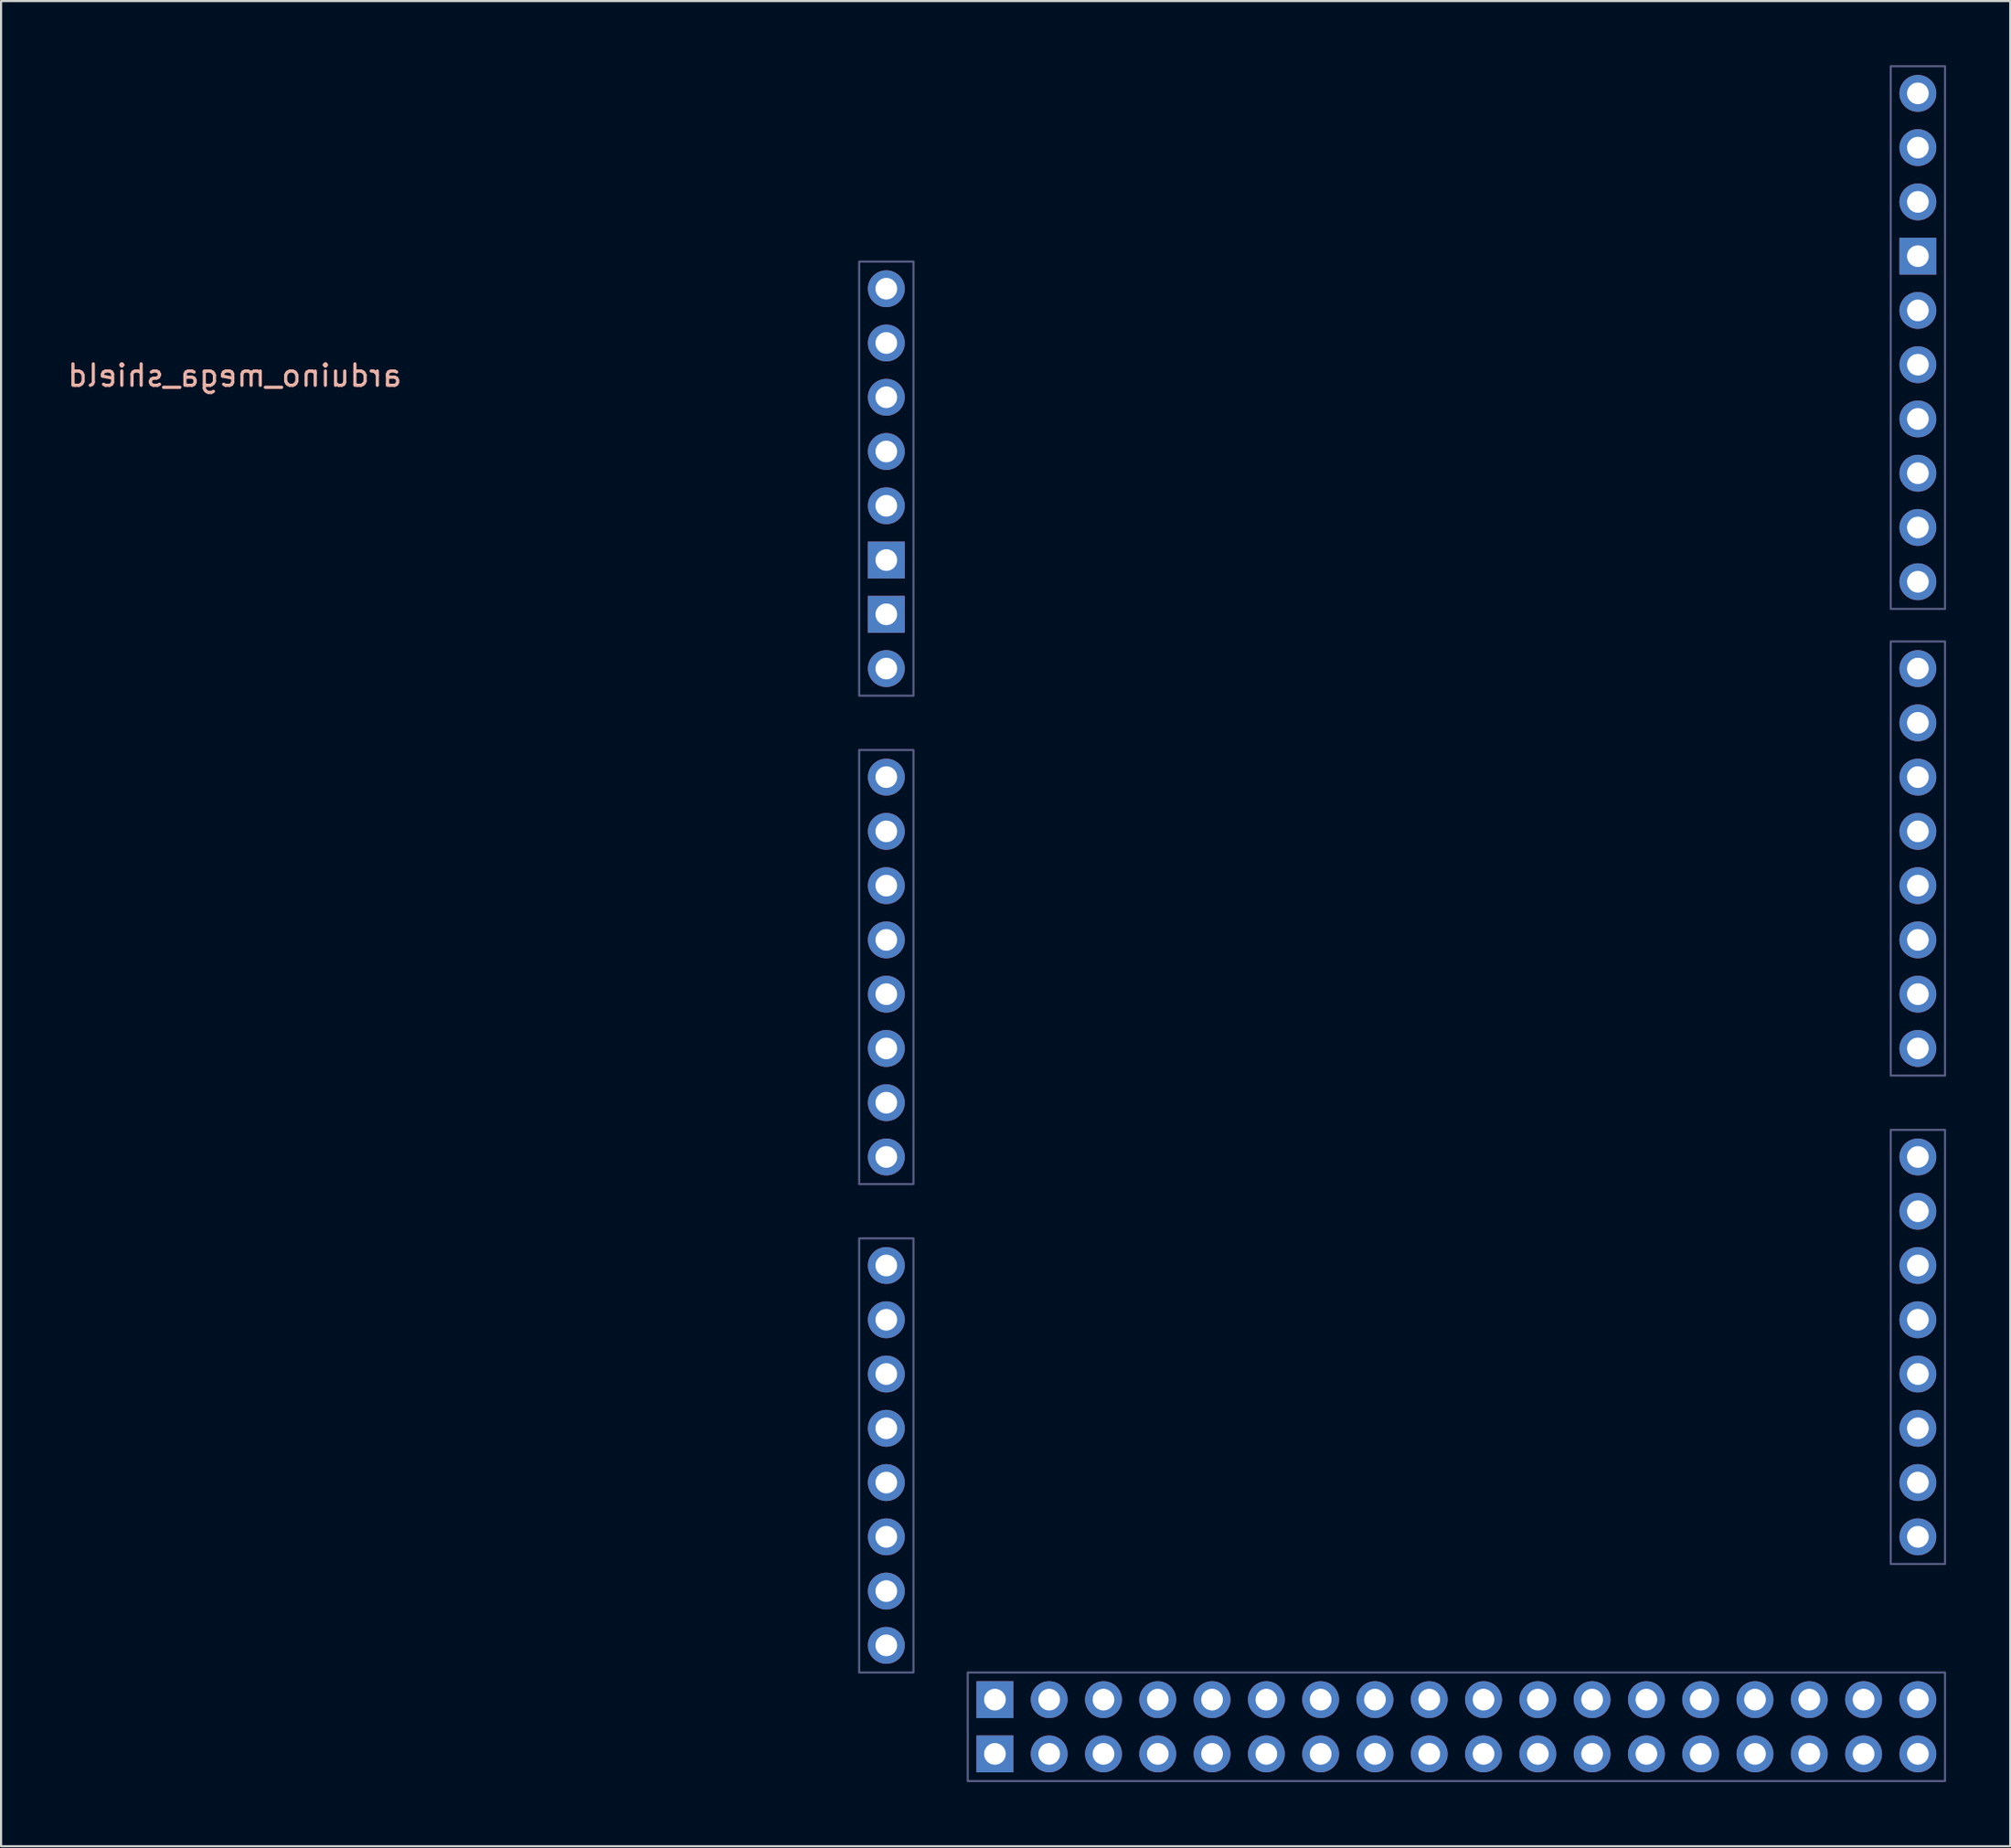
<source format=kicad_pcb>
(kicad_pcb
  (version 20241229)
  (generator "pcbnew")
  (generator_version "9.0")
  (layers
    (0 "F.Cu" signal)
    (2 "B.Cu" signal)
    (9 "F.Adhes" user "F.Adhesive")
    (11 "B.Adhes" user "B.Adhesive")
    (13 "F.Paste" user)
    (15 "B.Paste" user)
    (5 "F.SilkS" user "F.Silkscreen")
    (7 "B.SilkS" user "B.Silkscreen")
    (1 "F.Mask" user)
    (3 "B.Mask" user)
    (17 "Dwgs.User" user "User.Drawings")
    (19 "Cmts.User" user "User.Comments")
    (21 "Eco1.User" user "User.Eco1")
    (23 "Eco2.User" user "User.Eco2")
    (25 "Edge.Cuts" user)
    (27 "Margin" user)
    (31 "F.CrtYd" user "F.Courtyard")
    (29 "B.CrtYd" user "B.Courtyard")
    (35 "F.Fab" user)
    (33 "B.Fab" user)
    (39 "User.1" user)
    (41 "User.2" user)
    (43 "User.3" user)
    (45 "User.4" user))
  (footprint "arduino_mega_shield"
    (layer "F.Cu")
    (at 86.675 1.32)
    (property "Reference" "arduino_mega_shield" (at -78.74 13.208 0) (layer "B.SilkS") (effects (font (size 1 1) (thickness 0.15)) (justify mirror)))
    (attr through_hole)
    (fp_rect (start -46.99 7.874) (end -49.53 28.194) (stroke (width 0.1) (type solid)) (fill no) (layer "B.Fab"))
    (fp_rect (start -46.99 30.734) (end -49.53 51.054) (stroke (width 0.1) (type solid)) (fill no) (layer "B.Fab"))
    (fp_rect (start -46.99 53.594) (end -49.53 73.914) (stroke (width 0.1) (type solid)) (fill no) (layer "B.Fab"))
    (fp_rect (start 1.27 -1.27) (end -1.27 24.13) (stroke (width 0.1) (type solid)) (fill no) (layer "B.Fab"))
    (fp_rect (start 1.27 25.654) (end -1.27 45.974) (stroke (width 0.1) (type solid)) (fill no) (layer "B.Fab"))
    (fp_rect (start 1.27 48.514) (end -1.27 68.834) (stroke (width 0.1) (type solid)) (fill no) (layer "B.Fab"))
    (fp_rect (start 1.27 73.914) (end -44.45 78.994) (stroke (width 0.1) (type solid)) (fill no) (layer "B.Fab"))
    (pad "1" thru_hole oval (at -48.26 9.144 270) (size 1.727 1.727) (drill 1.016) (layers "*.Cu" "*.Mask"))
    (pad "2" thru_hole oval (at -48.26 11.684 270) (size 1.727 1.727) (drill 1.016) (layers "*.Cu" "*.Mask"))
    (pad "3" thru_hole oval (at -48.26 14.224 270) (size 1.727 1.727) (drill 1.016) (layers "*.Cu" "*.Mask"))
    (pad "4" thru_hole oval (at -48.26 16.764 270) (size 1.727 1.727) (drill 1.016) (layers "*.Cu" "*.Mask"))
    (pad "5" thru_hole oval (at -48.26 19.304 270) (size 1.727 1.727) (drill 1.016) (layers "*.Cu" "*.Mask"))
    (pad "6" thru_hole rect (at -48.26 21.844 270) (size 1.727 1.727) (drill 1.016) (layers "*.Cu" "*.Mask"))
    (pad "7" thru_hole rect (at -48.26 24.384 270) (size 1.727 1.727) (drill 1.016) (layers "*.Cu" "*.Mask"))
    (pad "8" thru_hole oval (at -48.26 26.924 270) (size 1.727 1.727) (drill 1.016) (layers "*.Cu" "*.Mask"))
    (pad "9" thru_hole oval (at -48.26 32.004 270) (size 1.727 1.727) (drill 1.016) (layers "*.Cu" "*.Mask"))
    (pad "10" thru_hole oval (at -48.26 34.544 270) (size 1.727 1.727) (drill 1.016) (layers "*.Cu" "*.Mask"))
    (pad "11" thru_hole oval (at -48.26 37.084 270) (size 1.727 1.727) (drill 1.016) (layers "*.Cu" "*.Mask"))
    (pad "12" thru_hole oval (at -48.26 39.624 270) (size 1.727 1.727) (drill 1.016) (layers "*.Cu" "*.Mask"))
    (pad "13" thru_hole oval (at -48.26 42.164 270) (size 1.727 1.727) (drill 1.016) (layers "*.Cu" "*.Mask"))
    (pad "14" thru_hole oval (at -48.26 44.704 270) (size 1.727 1.727) (drill 1.016) (layers "*.Cu" "*.Mask"))
    (pad "15" thru_hole oval (at -48.26 47.244 270) (size 1.727 1.727) (drill 1.016) (layers "*.Cu" "*.Mask"))
    (pad "16" thru_hole oval (at -48.26 49.784 270) (size 1.727 1.727) (drill 1.016) (layers "*.Cu" "*.Mask"))
    (pad "17" thru_hole oval (at -48.26 54.864 270) (size 1.727 1.727) (drill 1.016) (layers "*.Cu" "*.Mask"))
    (pad "18" thru_hole oval (at -48.26 57.404 270) (size 1.727 1.727) (drill 1.016) (layers "*.Cu" "*.Mask"))
    (pad "19" thru_hole oval (at -48.26 59.944 270) (size 1.727 1.727) (drill 1.016) (layers "*.Cu" "*.Mask"))
    (pad "20" thru_hole oval (at -48.26 62.484 270) (size 1.727 1.727) (drill 1.016) (layers "*.Cu" "*.Mask"))
    (pad "21" thru_hole oval (at -48.26 65.024 270) (size 1.727 1.727) (drill 1.016) (layers "*.Cu" "*.Mask"))
    (pad "22" thru_hole oval (at -48.26 67.564 270) (size 1.727 1.727) (drill 1.016) (layers "*.Cu" "*.Mask"))
    (pad "23" thru_hole oval (at -48.26 70.104 270) (size 1.727 1.727) (drill 1.016) (layers "*.Cu" "*.Mask"))
    (pad "24" thru_hole oval (at -48.26 72.644 270) (size 1.727 1.727) (drill 1.016) (layers "*.Cu" "*.Mask"))
    (pad "25" thru_hole rect (at -43.18 75.184 270) (size 1.727 1.727) (drill 1.016) (layers "*.Cu" "*.Mask"))
    (pad "26" thru_hole rect (at -43.18 77.724 270) (size 1.727 1.727) (drill 1.016) (layers "*.Cu" "*.Mask"))
    (pad "27" thru_hole oval (at -40.64 75.184 270) (size 1.727 1.727) (drill 1.016) (layers "*.Cu" "*.Mask"))
    (pad "28" thru_hole oval (at -40.64 77.724 270) (size 1.727 1.727) (drill 1.016) (layers "*.Cu" "*.Mask"))
    (pad "29" thru_hole oval (at -38.1 75.184 270) (size 1.727 1.727) (drill 1.016) (layers "*.Cu" "*.Mask"))
    (pad "30" thru_hole oval (at -38.1 77.724 270) (size 1.727 1.727) (drill 1.016) (layers "*.Cu" "*.Mask"))
    (pad "31" thru_hole oval (at -35.56 75.184 270) (size 1.727 1.727) (drill 1.016) (layers "*.Cu" "*.Mask"))
    (pad "32" thru_hole oval (at -35.56 77.724 270) (size 1.727 1.727) (drill 1.016) (layers "*.Cu" "*.Mask"))
    (pad "33" thru_hole oval (at -33.02 75.184 270) (size 1.727 1.727) (drill 1.016) (layers "*.Cu" "*.Mask"))
    (pad "34" thru_hole oval (at -33.02 77.724 270) (size 1.727 1.727) (drill 1.016) (layers "*.Cu" "*.Mask"))
    (pad "35" thru_hole oval (at -30.48 75.184 270) (size 1.727 1.727) (drill 1.016) (layers "*.Cu" "*.Mask"))
    (pad "36" thru_hole oval (at -30.48 77.724 270) (size 1.727 1.727) (drill 1.016) (layers "*.Cu" "*.Mask"))
    (pad "37" thru_hole oval (at -27.94 75.184 270) (size 1.727 1.727) (drill 1.016) (layers "*.Cu" "*.Mask"))
    (pad "38" thru_hole oval (at -27.94 77.724 270) (size 1.727 1.727) (drill 1.016) (layers "*.Cu" "*.Mask"))
    (pad "39" thru_hole oval (at -25.4 75.184 270) (size 1.727 1.727) (drill 1.016) (layers "*.Cu" "*.Mask"))
    (pad "40" thru_hole oval (at -25.4 77.724 270) (size 1.727 1.727) (drill 1.016) (layers "*.Cu" "*.Mask"))
    (pad "41" thru_hole oval (at -22.86 75.184 270) (size 1.727 1.727) (drill 1.016) (layers "*.Cu" "*.Mask"))
    (pad "42" thru_hole oval (at -22.86 77.724 270) (size 1.727 1.727) (drill 1.016) (layers "*.Cu" "*.Mask"))
    (pad "43" thru_hole oval (at -20.32 75.184 270) (size 1.727 1.727) (drill 1.016) (layers "*.Cu" "*.Mask"))
    (pad "44" thru_hole oval (at -20.32 77.724 270) (size 1.727 1.727) (drill 1.016) (layers "*.Cu" "*.Mask"))
    (pad "45" thru_hole oval (at -17.78 75.184 270) (size 1.727 1.727) (drill 1.016) (layers "*.Cu" "*.Mask"))
    (pad "46" thru_hole oval (at -17.78 77.724 270) (size 1.727 1.727) (drill 1.016) (layers "*.Cu" "*.Mask"))
    (pad "47" thru_hole oval (at -15.24 75.184 270) (size 1.727 1.727) (drill 1.016) (layers "*.Cu" "*.Mask"))
    (pad "48" thru_hole oval (at -15.24 77.724 270) (size 1.727 1.727) (drill 1.016) (layers "*.Cu" "*.Mask"))
    (pad "49" thru_hole oval (at -12.7 75.184 270) (size 1.727 1.727) (drill 1.016) (layers "*.Cu" "*.Mask"))
    (pad "50" thru_hole oval (at -12.7 77.724 270) (size 1.727 1.727) (drill 1.016) (layers "*.Cu" "*.Mask"))
    (pad "51" thru_hole oval (at -10.16 75.184 270) (size 1.727 1.727) (drill 1.016) (layers "*.Cu" "*.Mask"))
    (pad "52" thru_hole oval (at -10.16 77.724 270) (size 1.727 1.727) (drill 1.016) (layers "*.Cu" "*.Mask"))
    (pad "53" thru_hole oval (at -7.62 75.184 270) (size 1.727 1.727) (drill 1.016) (layers "*.Cu" "*.Mask"))
    (pad "54" thru_hole oval (at -7.62 77.724 270) (size 1.727 1.727) (drill 1.016) (layers "*.Cu" "*.Mask"))
    (pad "55" thru_hole oval (at -5.08 75.184 270) (size 1.727 1.727) (drill 1.016) (layers "*.Cu" "*.Mask"))
    (pad "56" thru_hole oval (at -5.08 77.724 270) (size 1.727 1.727) (drill 1.016) (layers "*.Cu" "*.Mask"))
    (pad "57" thru_hole oval (at -2.54 75.184 270) (size 1.727 1.727) (drill 1.016) (layers "*.Cu" "*.Mask"))
    (pad "58" thru_hole oval (at -2.54 77.724 270) (size 1.727 1.727) (drill 1.016) (layers "*.Cu" "*.Mask"))
    (pad "59" thru_hole oval (at 0 75.184 270) (size 1.727 1.727) (drill 1.016) (layers "*.Cu" "*.Mask"))
    (pad "60" thru_hole oval (at 0 77.724 270) (size 1.727 1.727) (drill 1.016) (layers "*.Cu" "*.Mask"))
    (pad "61" thru_hole oval (at 0 67.564 270) (size 1.727 1.727) (drill 1.016) (layers "*.Cu" "*.Mask"))
    (pad "62" thru_hole oval (at 0 65.024 270) (size 1.727 1.727) (drill 1.016) (layers "*.Cu" "*.Mask"))
    (pad "63" thru_hole oval (at 0 62.484 270) (size 1.727 1.727) (drill 1.016) (layers "*.Cu" "*.Mask"))
    (pad "64" thru_hole oval (at 0 59.944 270) (size 1.727 1.727) (drill 1.016) (layers "*.Cu" "*.Mask"))
    (pad "65" thru_hole oval (at 0 57.404 270) (size 1.727 1.727) (drill 1.016) (layers "*.Cu" "*.Mask"))
    (pad "66" thru_hole oval (at 0 54.864 270) (size 1.727 1.727) (drill 1.016) (layers "*.Cu" "*.Mask"))
    (pad "67" thru_hole oval (at 0 52.324 270) (size 1.727 1.727) (drill 1.016) (layers "*.Cu" "*.Mask"))
    (pad "68" thru_hole oval (at 0 49.784 270) (size 1.727 1.727) (drill 1.016) (layers "*.Cu" "*.Mask"))
    (pad "69" thru_hole oval (at 0 44.704 270) (size 1.727 1.727) (drill 1.016) (layers "*.Cu" "*.Mask"))
    (pad "70" thru_hole oval (at 0 42.164 270) (size 1.727 1.727) (drill 1.016) (layers "*.Cu" "*.Mask"))
    (pad "71" thru_hole oval (at 0 39.624 270) (size 1.727 1.727) (drill 1.016) (layers "*.Cu" "*.Mask"))
    (pad "72" thru_hole oval (at 0 37.084 270) (size 1.727 1.727) (drill 1.016) (layers "*.Cu" "*.Mask"))
    (pad "73" thru_hole oval (at 0 34.544 270) (size 1.727 1.727) (drill 1.016) (layers "*.Cu" "*.Mask"))
    (pad "74" thru_hole oval (at 0 32.004 270) (size 1.727 1.727) (drill 1.016) (layers "*.Cu" "*.Mask"))
    (pad "75" thru_hole oval (at 0 29.464 270) (size 1.727 1.727) (drill 1.016) (layers "*.Cu" "*.Mask"))
    (pad "76" thru_hole oval (at 0 26.924 270) (size 1.727 1.727) (drill 1.016) (layers "*.Cu" "*.Mask"))
    (pad "77" thru_hole oval (at 0 22.86 270) (size 1.727 1.727) (drill 1.016) (layers "*.Cu" "*.Mask"))
    (pad "78" thru_hole oval (at 0 20.32 270) (size 1.727 1.727) (drill 1.016) (layers "*.Cu" "*.Mask"))
    (pad "79" thru_hole oval (at 0 17.78 270) (size 1.727 1.727) (drill 1.016) (layers "*.Cu" "*.Mask"))
    (pad "80" thru_hole oval (at 0 15.24 270) (size 1.727 1.727) (drill 1.016) (layers "*.Cu" "*.Mask"))
    (pad "81" thru_hole oval (at 0 12.7 270) (size 1.727 1.727) (drill 1.016) (layers "*.Cu" "*.Mask"))
    (pad "82" thru_hole oval (at 0 10.16 270) (size 1.727 1.727) (drill 1.016) (layers "*.Cu" "*.Mask"))
    (pad "83" thru_hole rect (at 0 7.62 270) (size 1.727 1.727) (drill 1.016) (layers "*.Cu" "*.Mask"))
    (pad "84" thru_hole oval (at 0 5.08 270) (size 1.727 1.727) (drill 1.016) (layers "*.Cu" "*.Mask"))
    (pad "85" thru_hole oval (at 0 2.54 270) (size 1.727 1.727) (drill 1.016) (layers "*.Cu" "*.Mask"))
    (pad "86" thru_hole oval (at 0 0 270) (size 1.727 1.727) (drill 1.016) (layers "*.Cu" "*.Mask")))
  (gr_rect
    (start -3 -3)
    (end 90.995 83.364)
    (stroke (width 0.1) (type default))
    (fill no)
    (layer "Edge.Cuts")))
</source>
